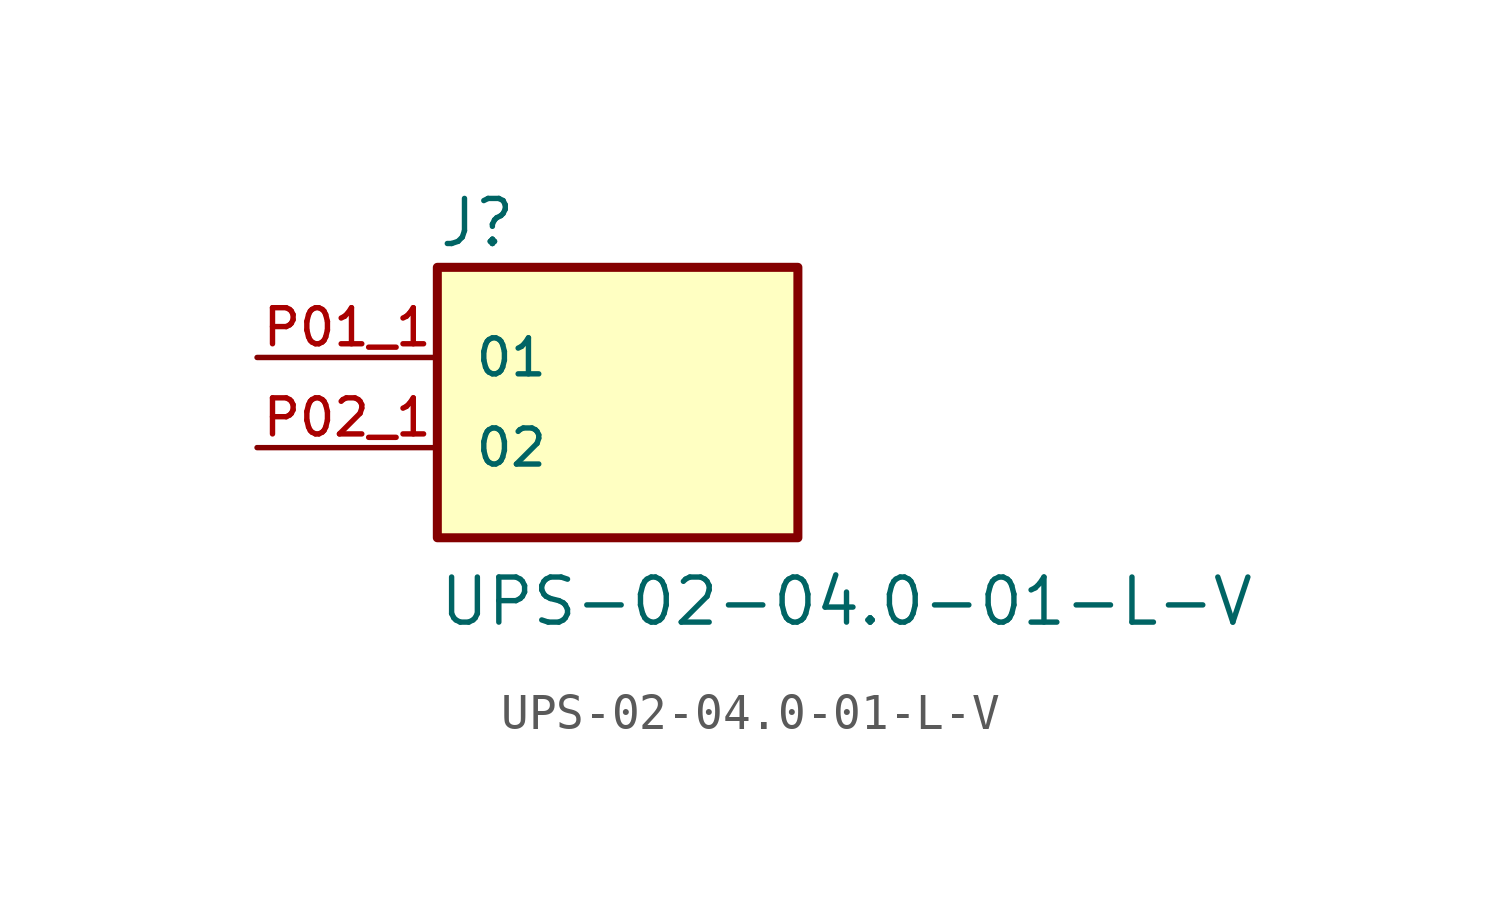
<source format=kicad_sym>
(kicad_symbol_lib
  (version 20211014)
  (generator kicad_symbol_editor)
  (symbol "UPS-02-04.0-01-L-V"
    (pin_names
      (offset 1.016))
    (property "Reference" "J"
      (at -5.08 3.048 0)
      (effects (font (size 1.27 1.27)) (justify bottom left)))
    (property "Value" "UPS-02-04.0-01-L-V"
      (at -5.08 -7.62 0)
      (effects (font (size 1.27 1.27)) (justify bottom left)))
    (symbol "UPS-02-04.0-01-L-V_0_0"
      (rectangle (start -5.08 -5.08) (end 5.08 2.54) (stroke (width 0.254)) (fill (type background)))
      (pin passive line (at -10.16 0.0 0) (length 5.08) (name "01" (effects (font (size 1.016 1.016)))) (number "P01_1" (effects (font (size 1.016 1.016)))))
      (pin passive line (at -10.16 -2.54 0) (length 5.08) (name "02" (effects (font (size 1.016 1.016)))) (number "P02_1" (effects (font (size 1.016 1.016))))))))
</source>
